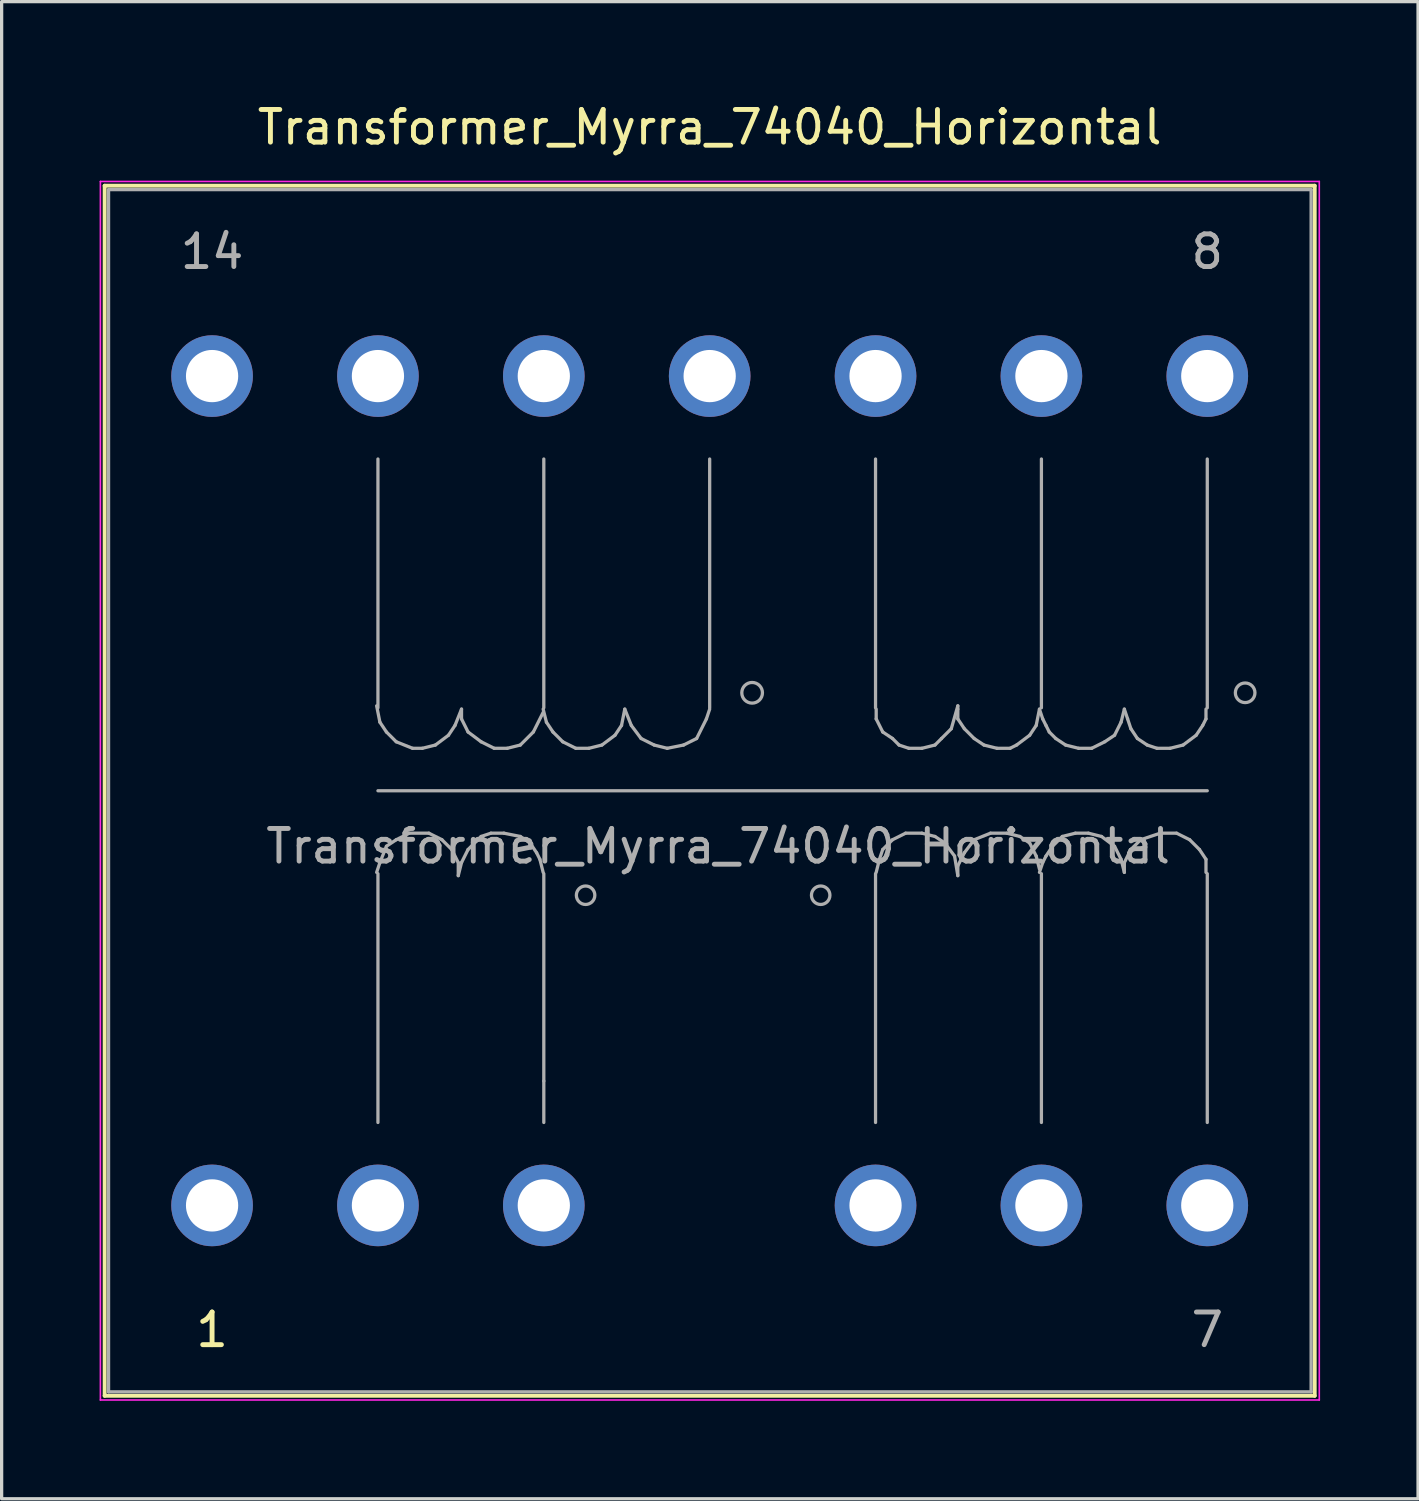
<source format=kicad_pcb>
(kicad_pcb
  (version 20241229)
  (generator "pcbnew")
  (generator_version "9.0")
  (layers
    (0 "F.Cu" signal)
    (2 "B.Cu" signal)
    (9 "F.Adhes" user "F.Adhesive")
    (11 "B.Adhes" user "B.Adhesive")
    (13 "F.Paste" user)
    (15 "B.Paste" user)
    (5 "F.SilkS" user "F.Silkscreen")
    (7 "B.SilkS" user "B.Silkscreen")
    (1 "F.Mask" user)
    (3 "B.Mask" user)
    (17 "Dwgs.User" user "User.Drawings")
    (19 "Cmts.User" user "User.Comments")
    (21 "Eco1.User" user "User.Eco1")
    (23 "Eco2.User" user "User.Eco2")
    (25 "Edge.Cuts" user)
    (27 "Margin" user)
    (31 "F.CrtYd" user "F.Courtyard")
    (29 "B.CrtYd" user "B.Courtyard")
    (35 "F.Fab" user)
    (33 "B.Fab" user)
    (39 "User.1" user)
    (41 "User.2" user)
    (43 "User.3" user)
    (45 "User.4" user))
  (footprint "Transformer_Myrra_74040_Horizontal"
    (layer "F.Cu")
    (at 3.445 33.868)
    (property "Reference" "Transformer_Myrra_74040_Horizontal" (at 15.24 -33.02 0) (layer "F.SilkS") (effects (font (size 1 1) (thickness 0.15))))
    (attr through_hole)
    (fp_line (start -3.29 -31.23) (end -3.29 5.83) (stroke (width 0.12) (type solid)) (layer "F.SilkS"))
    (fp_line (start -3.29 -31.23) (end 33.77 -31.23) (stroke (width 0.12) (type solid)) (layer "F.SilkS"))
    (fp_line (start 33.77 5.83) (end -3.29 5.83) (stroke (width 0.12) (type solid)) (layer "F.SilkS"))
    (fp_line (start 33.77 5.83) (end 33.77 -31.23) (stroke (width 0.12) (type solid)) (layer "F.SilkS"))
    (fp_line (start -3.42 -31.36) (end -3.42 5.96) (stroke (width 0.05) (type solid)) (layer "F.CrtYd"))
    (fp_line (start -3.42 -31.36) (end 33.91 -31.36) (stroke (width 0.05) (type solid)) (layer "F.CrtYd"))
    (fp_line (start 33.91 5.96) (end -3.42 5.96) (stroke (width 0.05) (type solid)) (layer "F.CrtYd"))
    (fp_line (start 33.91 5.96) (end 33.91 -31.36) (stroke (width 0.05) (type solid)) (layer "F.CrtYd"))
    (fp_line (start -3.17 -31.11) (end 33.66 -31.11) (stroke (width 0.1) (type solid)) (layer "F.Fab"))
    (fp_line (start -3.17 5.71) (end -3.17 -31.11) (stroke (width 0.1) (type solid)) (layer "F.Fab"))
    (fp_line (start 5.04 -10.2) (end 5.14 -10.5) (stroke (width 0.1) (type solid)) (layer "F.Fab"))
    (fp_line (start 5.08 -15.24) (end 5.08 -22.86) (stroke (width 0.1) (type solid)) (layer "F.Fab"))
    (fp_line (start 5.08 -12.7) (end 30.48 -12.7) (stroke (width 0.1) (type solid)) (layer "F.Fab"))
    (fp_line (start 5.08 -2.54) (end 5.08 -10.16) (stroke (width 0.1) (type solid)) (layer "F.Fab"))
    (fp_line (start 5.14 -14.8) (end 5.04 -15.3) (stroke (width 0.1) (type solid)) (layer "F.Fab"))
    (fp_line (start 5.14 -10.5) (end 5.34 -11) (stroke (width 0.1) (type solid)) (layer "F.Fab"))
    (fp_line (start 5.34 -14.5) (end 5.14 -14.8) (stroke (width 0.1) (type solid)) (layer "F.Fab"))
    (fp_line (start 5.34 -11) (end 5.64 -11.2) (stroke (width 0.1) (type solid)) (layer "F.Fab"))
    (fp_line (start 5.64 -14.2) (end 5.34 -14.5) (stroke (width 0.1) (type solid)) (layer "F.Fab"))
    (fp_line (start 5.64 -11.2) (end 6.04 -11.4) (stroke (width 0.1) (type solid)) (layer "F.Fab"))
    (fp_line (start 6.04 -11.4) (end 6.64 -11.4) (stroke (width 0.1) (type solid)) (layer "F.Fab"))
    (fp_line (start 6.14 -14) (end 5.64 -14.2) (stroke (width 0.1) (type solid)) (layer "F.Fab"))
    (fp_line (start 6.44 -14) (end 6.14 -14) (stroke (width 0.1) (type solid)) (layer "F.Fab"))
    (fp_line (start 6.64 -11.4) (end 7.04 -11.2) (stroke (width 0.1) (type solid)) (layer "F.Fab"))
    (fp_line (start 6.84 -14.1) (end 6.44 -14) (stroke (width 0.1) (type solid)) (layer "F.Fab"))
    (fp_line (start 7.04 -11.2) (end 7.34 -10.9) (stroke (width 0.1) (type solid)) (layer "F.Fab"))
    (fp_line (start 7.24 -14.4) (end 6.84 -14.1) (stroke (width 0.1) (type solid)) (layer "F.Fab"))
    (fp_line (start 7.34 -10.9) (end 7.54 -10.5) (stroke (width 0.1) (type solid)) (layer "F.Fab"))
    (fp_line (start 7.44 -14.7) (end 7.24 -14.4) (stroke (width 0.1) (type solid)) (layer "F.Fab"))
    (fp_line (start 7.54 -10.5) (end 7.54 -10.1) (stroke (width 0.1) (type solid)) (layer "F.Fab"))
    (fp_line (start 7.54 -10.1) (end 7.64 -10.5) (stroke (width 0.1) (type solid)) (layer "F.Fab"))
    (fp_line (start 7.64 -15.2) (end 7.44 -14.7) (stroke (width 0.1) (type solid)) (layer "F.Fab"))
    (fp_line (start 7.64 -14.9) (end 7.64 -15.2) (stroke (width 0.1) (type solid)) (layer "F.Fab"))
    (fp_line (start 7.64 -10.5) (end 7.84 -10.9) (stroke (width 0.1) (type solid)) (layer "F.Fab"))
    (fp_line (start 7.84 -14.5) (end 7.64 -14.9) (stroke (width 0.1) (type solid)) (layer "F.Fab"))
    (fp_line (start 7.84 -10.9) (end 8.24 -11.3) (stroke (width 0.1) (type solid)) (layer "F.Fab"))
    (fp_line (start 8.24 -14.2) (end 7.84 -14.5) (stroke (width 0.1) (type solid)) (layer "F.Fab"))
    (fp_line (start 8.24 -11.3) (end 8.54 -11.4) (stroke (width 0.1) (type solid)) (layer "F.Fab"))
    (fp_line (start 8.54 -11.4) (end 8.94 -11.4) (stroke (width 0.1) (type solid)) (layer "F.Fab"))
    (fp_line (start 8.64 -14) (end 8.24 -14.2) (stroke (width 0.1) (type solid)) (layer "F.Fab"))
    (fp_line (start 8.94 -11.4) (end 9.44 -11.3) (stroke (width 0.1) (type solid)) (layer "F.Fab"))
    (fp_line (start 9.04 -14) (end 8.64 -14) (stroke (width 0.1) (type solid)) (layer "F.Fab"))
    (fp_line (start 9.44 -14.1) (end 9.04 -14) (stroke (width 0.1) (type solid)) (layer "F.Fab"))
    (fp_line (start 9.44 -11.3) (end 9.74 -11.1) (stroke (width 0.1) (type solid)) (layer "F.Fab"))
    (fp_line (start 9.74 -11.1) (end 9.94 -10.8) (stroke (width 0.1) (type solid)) (layer "F.Fab"))
    (fp_line (start 9.84 -14.5) (end 9.44 -14.1) (stroke (width 0.1) (type solid)) (layer "F.Fab"))
    (fp_line (start 9.94 -10.8) (end 10.04 -10.6) (stroke (width 0.1) (type solid)) (layer "F.Fab"))
    (fp_line (start 10.04 -10.6) (end 10.14 -10.2) (stroke (width 0.1) (type solid)) (layer "F.Fab"))
    (fp_line (start 10.14 -15.1) (end 9.84 -14.5) (stroke (width 0.1) (type solid)) (layer "F.Fab"))
    (fp_line (start 10.16 -15.24) (end 10.16 -22.86) (stroke (width 0.1) (type solid)) (layer "F.Fab"))
    (fp_line (start 10.16 -10.16) (end 10.16 -3.81) (stroke (width 0.1) (type solid)) (layer "F.Fab"))
    (fp_line (start 10.16 -3.81) (end 10.16 -2.54) (stroke (width 0.1) (type solid)) (layer "F.Fab"))
    (fp_line (start 10.24 -14.8) (end 10.14 -15.2) (stroke (width 0.1) (type solid)) (layer "F.Fab"))
    (fp_line (start 10.44 -14.5) (end 10.24 -14.8) (stroke (width 0.1) (type solid)) (layer "F.Fab"))
    (fp_line (start 10.74 -14.2) (end 10.44 -14.5) (stroke (width 0.1) (type solid)) (layer "F.Fab"))
    (fp_line (start 11.14 -14) (end 10.74 -14.2) (stroke (width 0.1) (type solid)) (layer "F.Fab"))
    (fp_line (start 11.54 -14) (end 11.14 -14) (stroke (width 0.1) (type solid)) (layer "F.Fab"))
    (fp_line (start 11.94 -14.1) (end 11.54 -14) (stroke (width 0.1) (type solid)) (layer "F.Fab"))
    (fp_line (start 12.34 -14.4) (end 11.94 -14.1) (stroke (width 0.1) (type solid)) (layer "F.Fab"))
    (fp_line (start 12.54 -14.7) (end 12.34 -14.4) (stroke (width 0.1) (type solid)) (layer "F.Fab"))
    (fp_line (start 12.64 -15.2) (end 12.54 -14.7) (stroke (width 0.1) (type solid)) (layer "F.Fab"))
    (fp_line (start 12.84 -14.7) (end 12.64 -15.2) (stroke (width 0.1) (type solid)) (layer "F.Fab"))
    (fp_line (start 13.14 -14.3) (end 12.84 -14.7) (stroke (width 0.1) (type solid)) (layer "F.Fab"))
    (fp_line (start 13.54 -14.1) (end 13.14 -14.3) (stroke (width 0.1) (type solid)) (layer "F.Fab"))
    (fp_line (start 13.94 -14) (end 13.54 -14.1) (stroke (width 0.1) (type solid)) (layer "F.Fab"))
    (fp_line (start 14.44 -14.1) (end 13.94 -14) (stroke (width 0.1) (type solid)) (layer "F.Fab"))
    (fp_line (start 14.84 -14.3) (end 14.44 -14.1) (stroke (width 0.1) (type solid)) (layer "F.Fab"))
    (fp_line (start 15.14 -14.9) (end 14.84 -14.3) (stroke (width 0.1) (type solid)) (layer "F.Fab"))
    (fp_line (start 15.24 -15.24) (end 15.24 -22.86) (stroke (width 0.1) (type solid)) (layer "F.Fab"))
    (fp_line (start 15.24 -15.2) (end 15.14 -14.9) (stroke (width 0.1) (type solid)) (layer "F.Fab"))
    (fp_line (start 20.32 -15.24) (end 20.32 -22.86) (stroke (width 0.1) (type solid)) (layer "F.Fab"))
    (fp_line (start 20.32 -10.16) (end 20.32 -2.54) (stroke (width 0.1) (type solid)) (layer "F.Fab"))
    (fp_line (start 20.34 -14.9) (end 20.34 -15.2) (stroke (width 0.1) (type solid)) (layer "F.Fab"))
    (fp_line (start 20.44 -10.6) (end 20.34 -10.2) (stroke (width 0.1) (type solid)) (layer "F.Fab"))
    (fp_line (start 20.54 -14.5) (end 20.34 -14.9) (stroke (width 0.1) (type solid)) (layer "F.Fab"))
    (fp_line (start 20.54 -10.9) (end 20.44 -10.6) (stroke (width 0.1) (type solid)) (layer "F.Fab"))
    (fp_line (start 20.84 -14.3) (end 20.54 -14.5) (stroke (width 0.1) (type solid)) (layer "F.Fab"))
    (fp_line (start 20.84 -11.2) (end 20.54 -10.9) (stroke (width 0.1) (type solid)) (layer "F.Fab"))
    (fp_line (start 21.04 -14.1) (end 20.84 -14.3) (stroke (width 0.1) (type solid)) (layer "F.Fab"))
    (fp_line (start 21.24 -11.4) (end 20.84 -11.2) (stroke (width 0.1) (type solid)) (layer "F.Fab"))
    (fp_line (start 21.34 -14) (end 21.04 -14.1) (stroke (width 0.1) (type solid)) (layer "F.Fab"))
    (fp_line (start 21.74 -14) (end 21.34 -14) (stroke (width 0.1) (type solid)) (layer "F.Fab"))
    (fp_line (start 21.74 -11.4) (end 21.24 -11.4) (stroke (width 0.1) (type solid)) (layer "F.Fab"))
    (fp_line (start 22.14 -14.1) (end 21.74 -14) (stroke (width 0.1) (type solid)) (layer "F.Fab"))
    (fp_line (start 22.14 -11.3) (end 21.74 -11.4) (stroke (width 0.1) (type solid)) (layer "F.Fab"))
    (fp_line (start 22.34 -14.3) (end 22.14 -14.1) (stroke (width 0.1) (type solid)) (layer "F.Fab"))
    (fp_line (start 22.44 -11.1) (end 22.14 -11.3) (stroke (width 0.1) (type solid)) (layer "F.Fab"))
    (fp_line (start 22.64 -14.6) (end 22.34 -14.3) (stroke (width 0.1) (type solid)) (layer "F.Fab"))
    (fp_line (start 22.74 -10.7) (end 22.44 -11.1) (stroke (width 0.1) (type solid)) (layer "F.Fab"))
    (fp_line (start 22.84 -15.3) (end 22.64 -14.6) (stroke (width 0.1) (type solid)) (layer "F.Fab"))
    (fp_line (start 22.84 -15.2) (end 22.84 -15.3) (stroke (width 0.1) (type solid)) (layer "F.Fab"))
    (fp_line (start 22.84 -14.9) (end 22.84 -15.2) (stroke (width 0.1) (type solid)) (layer "F.Fab"))
    (fp_line (start 22.84 -10.4) (end 22.84 -10.1) (stroke (width 0.1) (type solid)) (layer "F.Fab"))
    (fp_line (start 22.84 -10.1) (end 22.74 -10.7) (stroke (width 0.1) (type solid)) (layer "F.Fab"))
    (fp_line (start 23.04 -14.6) (end 22.84 -14.9) (stroke (width 0.1) (type solid)) (layer "F.Fab"))
    (fp_line (start 23.04 -10.8) (end 22.84 -10.4) (stroke (width 0.1) (type solid)) (layer "F.Fab"))
    (fp_line (start 23.34 -14.3) (end 23.04 -14.6) (stroke (width 0.1) (type solid)) (layer "F.Fab"))
    (fp_line (start 23.34 -11.2) (end 23.04 -10.8) (stroke (width 0.1) (type solid)) (layer "F.Fab"))
    (fp_line (start 23.64 -14.1) (end 23.34 -14.3) (stroke (width 0.1) (type solid)) (layer "F.Fab"))
    (fp_line (start 23.84 -11.4) (end 23.34 -11.2) (stroke (width 0.1) (type solid)) (layer "F.Fab"))
    (fp_line (start 24.04 -14) (end 23.64 -14.1) (stroke (width 0.1) (type solid)) (layer "F.Fab"))
    (fp_line (start 24.34 -11.4) (end 23.84 -11.4) (stroke (width 0.1) (type solid)) (layer "F.Fab"))
    (fp_line (start 24.44 -14) (end 24.04 -14) (stroke (width 0.1) (type solid)) (layer "F.Fab"))
    (fp_line (start 24.64 -14.1) (end 24.44 -14) (stroke (width 0.1) (type solid)) (layer "F.Fab"))
    (fp_line (start 24.74 -11.3) (end 24.34 -11.4) (stroke (width 0.1) (type solid)) (layer "F.Fab"))
    (fp_line (start 25.04 -14.4) (end 24.64 -14.1) (stroke (width 0.1) (type solid)) (layer "F.Fab"))
    (fp_line (start 25.04 -11.1) (end 24.74 -11.3) (stroke (width 0.1) (type solid)) (layer "F.Fab"))
    (fp_line (start 25.24 -14.7) (end 25.04 -14.4) (stroke (width 0.1) (type solid)) (layer "F.Fab"))
    (fp_line (start 25.24 -10.7) (end 25.04 -11.1) (stroke (width 0.1) (type solid)) (layer "F.Fab"))
    (fp_line (start 25.34 -15.2) (end 25.24 -14.7) (stroke (width 0.1) (type solid)) (layer "F.Fab"))
    (fp_line (start 25.34 -10.3) (end 25.24 -10.7) (stroke (width 0.1) (type solid)) (layer "F.Fab"))
    (fp_line (start 25.4 -15.24) (end 25.4 -22.86) (stroke (width 0.1) (type solid)) (layer "F.Fab"))
    (fp_line (start 25.4 -10.16) (end 25.4 -2.54) (stroke (width 0.1) (type solid)) (layer "F.Fab"))
    (fp_line (start 25.44 -14.9) (end 25.34 -15.2) (stroke (width 0.1) (type solid)) (layer "F.Fab"))
    (fp_line (start 25.44 -10.5) (end 25.34 -10.2) (stroke (width 0.1) (type solid)) (layer "F.Fab"))
    (fp_line (start 25.54 -14.7) (end 25.44 -14.9) (stroke (width 0.1) (type solid)) (layer "F.Fab"))
    (fp_line (start 25.54 -10.7) (end 25.44 -10.5) (stroke (width 0.1) (type solid)) (layer "F.Fab"))
    (fp_line (start 25.64 -14.5) (end 25.54 -14.7) (stroke (width 0.1) (type solid)) (layer "F.Fab"))
    (fp_line (start 25.74 -11) (end 25.54 -10.7) (stroke (width 0.1) (type solid)) (layer "F.Fab"))
    (fp_line (start 25.84 -14.3) (end 25.64 -14.5) (stroke (width 0.1) (type solid)) (layer "F.Fab"))
    (fp_line (start 26.04 -11.3) (end 25.74 -11) (stroke (width 0.1) (type solid)) (layer "F.Fab"))
    (fp_line (start 26.14 -14.1) (end 25.84 -14.3) (stroke (width 0.1) (type solid)) (layer "F.Fab"))
    (fp_line (start 26.44 -11.4) (end 26.04 -11.3) (stroke (width 0.1) (type solid)) (layer "F.Fab"))
    (fp_line (start 26.54 -14) (end 26.14 -14.1) (stroke (width 0.1) (type solid)) (layer "F.Fab"))
    (fp_line (start 26.84 -11.4) (end 26.44 -11.4) (stroke (width 0.1) (type solid)) (layer "F.Fab"))
    (fp_line (start 26.94 -14) (end 26.54 -14) (stroke (width 0.1) (type solid)) (layer "F.Fab"))
    (fp_line (start 27.24 -11.3) (end 26.84 -11.4) (stroke (width 0.1) (type solid)) (layer "F.Fab"))
    (fp_line (start 27.34 -14.2) (end 26.94 -14) (stroke (width 0.1) (type solid)) (layer "F.Fab"))
    (fp_line (start 27.64 -14.4) (end 27.34 -14.2) (stroke (width 0.1) (type solid)) (layer "F.Fab"))
    (fp_line (start 27.64 -11) (end 27.24 -11.3) (stroke (width 0.1) (type solid)) (layer "F.Fab"))
    (fp_line (start 27.84 -14.8) (end 27.64 -14.4) (stroke (width 0.1) (type solid)) (layer "F.Fab"))
    (fp_line (start 27.84 -10.6) (end 27.64 -11) (stroke (width 0.1) (type solid)) (layer "F.Fab"))
    (fp_line (start 27.94 -15.2) (end 27.84 -14.8) (stroke (width 0.1) (type solid)) (layer "F.Fab"))
    (fp_line (start 27.94 -10.5) (end 27.94 -10.2) (stroke (width 0.1) (type solid)) (layer "F.Fab"))
    (fp_line (start 27.94 -10.2) (end 27.84 -10.6) (stroke (width 0.1) (type solid)) (layer "F.Fab"))
    (fp_line (start 28.04 -14.9) (end 27.94 -15.2) (stroke (width 0.1) (type solid)) (layer "F.Fab"))
    (fp_line (start 28.14 -14.6) (end 28.04 -14.9) (stroke (width 0.1) (type solid)) (layer "F.Fab"))
    (fp_line (start 28.14 -10.9) (end 27.94 -10.5) (stroke (width 0.1) (type solid)) (layer "F.Fab"))
    (fp_line (start 28.34 -14.3) (end 28.14 -14.6) (stroke (width 0.1) (type solid)) (layer "F.Fab"))
    (fp_line (start 28.44 -11.2) (end 28.14 -10.9) (stroke (width 0.1) (type solid)) (layer "F.Fab"))
    (fp_line (start 28.64 -14.1) (end 28.34 -14.3) (stroke (width 0.1) (type solid)) (layer "F.Fab"))
    (fp_line (start 28.94 -14) (end 28.64 -14.1) (stroke (width 0.1) (type solid)) (layer "F.Fab"))
    (fp_line (start 29.04 -11.4) (end 28.44 -11.2) (stroke (width 0.1) (type solid)) (layer "F.Fab"))
    (fp_line (start 29.34 -14) (end 28.94 -14) (stroke (width 0.1) (type solid)) (layer "F.Fab"))
    (fp_line (start 29.54 -11.4) (end 29.04 -11.4) (stroke (width 0.1) (type solid)) (layer "F.Fab"))
    (fp_line (start 29.74 -14.1) (end 29.34 -14) (stroke (width 0.1) (type solid)) (layer "F.Fab"))
    (fp_line (start 29.94 -11.2) (end 29.54 -11.4) (stroke (width 0.1) (type solid)) (layer "F.Fab"))
    (fp_line (start 30.14 -14.4) (end 29.74 -14.1) (stroke (width 0.1) (type solid)) (layer "F.Fab"))
    (fp_line (start 30.24 -10.9) (end 29.94 -11.2) (stroke (width 0.1) (type solid)) (layer "F.Fab"))
    (fp_line (start 30.34 -14.7) (end 30.14 -14.4) (stroke (width 0.1) (type solid)) (layer "F.Fab"))
    (fp_line (start 30.44 -15.2) (end 30.44 -14.9) (stroke (width 0.1) (type solid)) (layer "F.Fab"))
    (fp_line (start 30.44 -14.9) (end 30.34 -14.7) (stroke (width 0.1) (type solid)) (layer "F.Fab"))
    (fp_line (start 30.44 -10.6) (end 30.24 -10.9) (stroke (width 0.1) (type solid)) (layer "F.Fab"))
    (fp_line (start 30.44 -10.2) (end 30.44 -10.6) (stroke (width 0.1) (type solid)) (layer "F.Fab"))
    (fp_line (start 30.48 -15.24) (end 30.48 -22.86) (stroke (width 0.1) (type solid)) (layer "F.Fab"))
    (fp_line (start 30.48 -10.16) (end 30.48 -2.54) (stroke (width 0.1) (type solid)) (layer "F.Fab"))
    (fp_line (start 33.66 -31.11) (end 33.66 5.71) (stroke (width 0.1) (type solid)) (layer "F.Fab"))
    (fp_line (start 33.66 5.71) (end -3.17 5.71) (stroke (width 0.1) (type solid)) (layer "F.Fab"))
    (fp_circle (center 11.44 -9.5) (end 11.64 -9.3) (stroke (width 0.1) (type solid)) (fill no) (layer "F.Fab"))
    (fp_circle (center 16.54 -15.7) (end 16.64 -15.4) (stroke (width 0.1) (type solid)) (fill no) (layer "F.Fab"))
    (fp_circle (center 18.64 -9.5) (end 18.84 -9.3) (stroke (width 0.1) (type solid)) (fill no) (layer "F.Fab"))
    (fp_circle (center 31.64 -15.7) (end 31.64 -15.4) (stroke (width 0.1) (type solid)) (fill no) (layer "F.Fab"))
    (fp_text user "1" (at 0 3.81 0) (layer "F.SilkS") (effects (font (size 1 1) (thickness 0.15))))
    (fp_text user "7" (at 30.48 3.81 0) (layer "F.Fab") (effects (font (size 1 1) (thickness 0.15))))
    (fp_text user "14" (at 0 -29.21 0) (layer "F.Fab") (effects (font (size 1 1) (thickness 0.15))))
    (fp_text user "8" (at 30.48 -29.21 0) (layer "F.Fab") (effects (font (size 1 1) (thickness 0.15))))
    (fp_text user "${REFERENCE}" (at 15.5 -11 0) (layer "F.Fab") (effects (font (size 1 1) (thickness 0.15))))
    (pad "1" thru_hole circle (at 0 0) (size 2.5 2.5) (drill 1.6) (layers "*.Cu" "*.Mask"))
    (pad "2" thru_hole circle (at 5.08 0) (size 2.5 2.5) (drill 1.6) (layers "*.Cu" "*.Mask"))
    (pad "3" thru_hole circle (at 10.16 0) (size 2.5 2.5) (drill 1.6) (layers "*.Cu" "*.Mask"))
    (pad "5" thru_hole circle (at 20.32 0) (size 2.5 2.5) (drill 1.6) (layers "*.Cu" "*.Mask"))
    (pad "6" thru_hole circle (at 25.4 0) (size 2.5 2.5) (drill 1.6) (layers "*.Cu" "*.Mask"))
    (pad "7" thru_hole circle (at 30.48 0) (size 2.5 2.5) (drill 1.6) (layers "*.Cu" "*.Mask"))
    (pad "8" thru_hole circle (at 30.48 -25.4) (size 2.5 2.5) (drill 1.6) (layers "*.Cu" "*.Mask"))
    (pad "9" thru_hole circle (at 25.4 -25.4) (size 2.5 2.5) (drill 1.6) (layers "*.Cu" "*.Mask"))
    (pad "10" thru_hole circle (at 20.32 -25.4) (size 2.5 2.5) (drill 1.6) (layers "*.Cu" "*.Mask"))
    (pad "11" thru_hole circle (at 15.24 -25.4) (size 2.5 2.5) (drill 1.6) (layers "*.Cu" "*.Mask"))
    (pad "12" thru_hole circle (at 10.16 -25.4) (size 2.5 2.5) (drill 1.6) (layers "*.Cu" "*.Mask"))
    (pad "13" thru_hole circle (at 5.08 -25.4) (size 2.5 2.5) (drill 1.6) (layers "*.Cu" "*.Mask"))
    (pad "14" thru_hole circle (at 0 -25.4) (size 2.5 2.5) (drill 1.6) (layers "*.Cu" "*.Mask")))
  (gr_rect
    (start -3 -3)
    (end 40.38 42.853)
    (stroke (width 0.1) (type default))
    (fill no)
    (layer "Edge.Cuts")))
</source>
